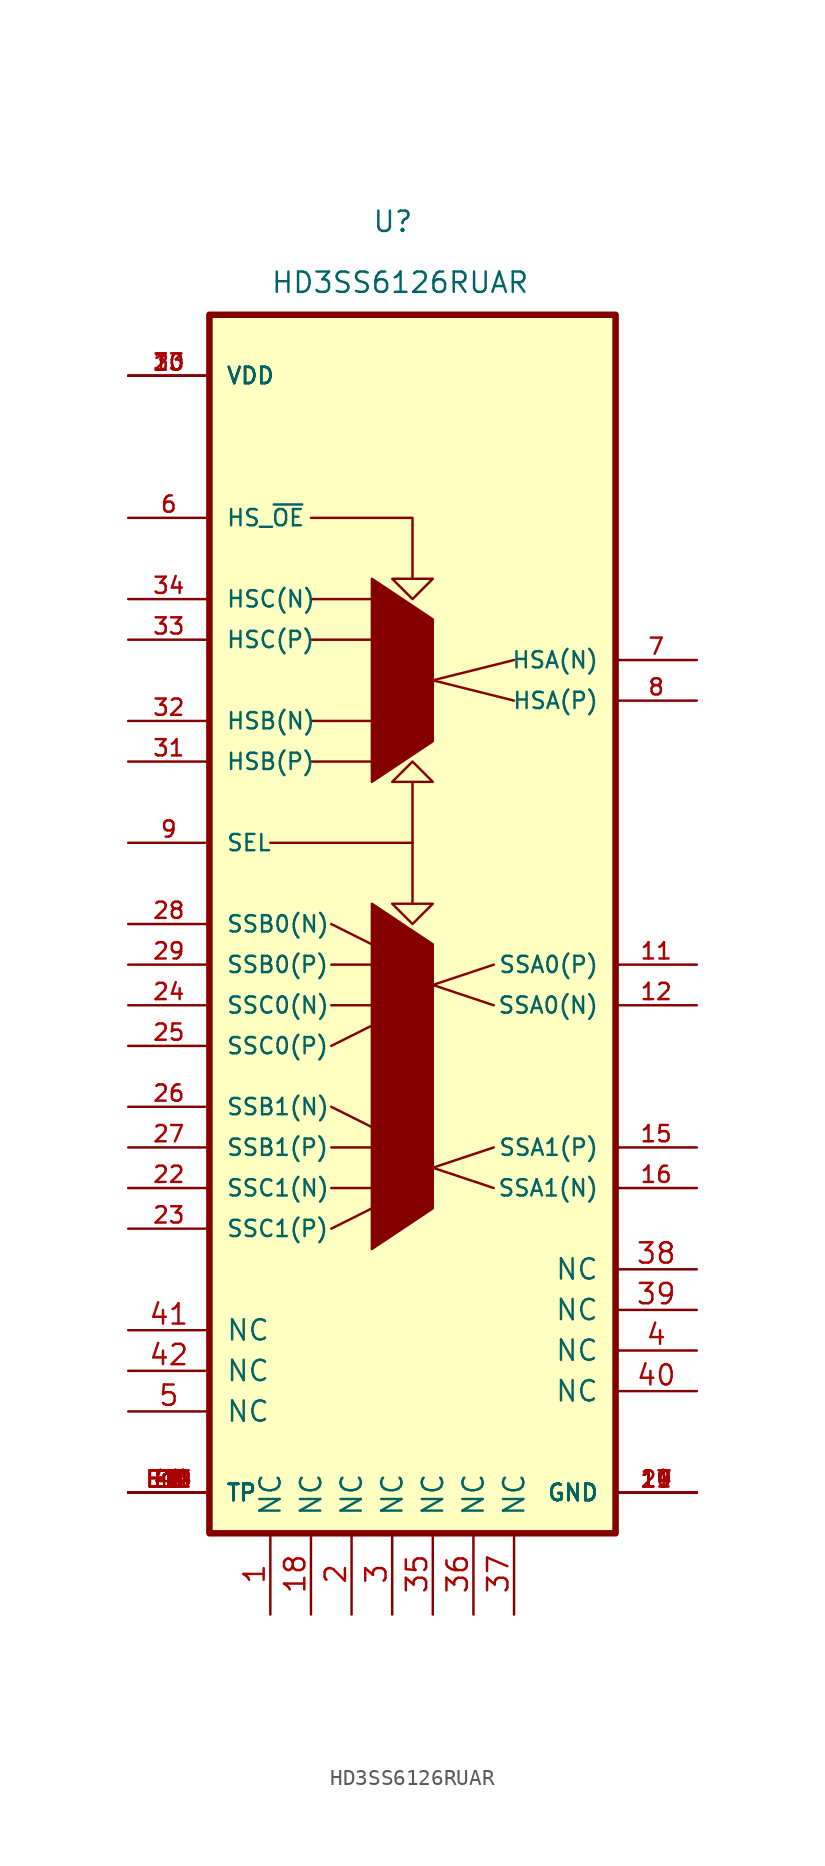
<source format=kicad_sym>
(kicad_symbol_lib
  (version 20211014)
  (generator kicad_symbol_editor)
  (symbol "HD3SS6126RUAR"
    (pin_names
      (offset 1.016))
    (property "Reference" "U"
      (at -2.54 43.18 0)
      (effects (font (size 1.27 1.27)) (justify left bottom)))
    (property "Value" "HD3SS6126RUAR"
      (at -8.89 39.37 0)
      (effects (font (size 1.27 1.27)) (justify left bottom)))
    (property "ki_locked" ""
      (at 0 0 0)
      (effects (font (size 1.27 1.27))))
    (symbol "HD3SS6126RUAR_0_0"
      (rectangle (start -12.7 -38.1) (end 12.7 38.1) (stroke (width 0.406) (type default) (color 0 0 0 0)) (fill (type background)))
      (pin power_in line (at 17.78 -35.56 180) (length 5.08) (name "GND" (effects (font (size 1.016 1.016)))) (number "10" (effects (font (size 1.016 1.016)))))
      (pin bidirectional line (at 17.78 -2.54 180) (length 5.08) (name "SSA0(P)" (effects (font (size 1.016 1.016)))) (number "11" (effects (font (size 1.016 1.016)))))
      (pin bidirectional line (at 17.78 -5.08 180) (length 5.08) (name "SSA0(N)" (effects (font (size 1.016 1.016)))) (number "12" (effects (font (size 1.016 1.016)))))
      (pin power_in line (at -17.78 34.29 0) (length 5.08) (name "VDD" (effects (font (size 1.016 1.016)))) (number "13" (effects (font (size 1.016 1.016)))))
      (pin power_in line (at 17.78 -35.56 180) (length 5.08) (name "GND" (effects (font (size 1.016 1.016)))) (number "14" (effects (font (size 1.016 1.016)))))
      (pin bidirectional line (at 17.78 -13.97 180) (length 5.08) (name "SSA1(P)" (effects (font (size 1.016 1.016)))) (number "15" (effects (font (size 1.016 1.016)))))
      (pin bidirectional line (at 17.78 -16.51 180) (length 5.08) (name "SSA1(N)" (effects (font (size 1.016 1.016)))) (number "16" (effects (font (size 1.016 1.016)))))
      (pin power_in line (at 17.78 -35.56 180) (length 5.08) (name "GND" (effects (font (size 1.016 1.016)))) (number "17" (effects (font (size 1.016 1.016)))))
      (pin power_in line (at 17.78 -35.56 180) (length 5.08) (name "GND" (effects (font (size 1.016 1.016)))) (number "19" (effects (font (size 1.016 1.016)))))
      (pin power_in line (at -17.78 34.29 0) (length 5.08) (name "VDD" (effects (font (size 1.016 1.016)))) (number "20" (effects (font (size 1.016 1.016)))))
      (pin power_in line (at 17.78 -35.56 180) (length 5.08) (name "GND" (effects (font (size 1.016 1.016)))) (number "21" (effects (font (size 1.016 1.016)))))
      (pin bidirectional line (at -17.78 -16.51 0) (length 5.08) (name "SSC1(N)" (effects (font (size 1.016 1.016)))) (number "22" (effects (font (size 1.016 1.016)))))
      (pin bidirectional line (at -17.78 -19.05 0) (length 5.08) (name "SSC1(P)" (effects (font (size 1.016 1.016)))) (number "23" (effects (font (size 1.016 1.016)))))
      (pin bidirectional line (at -17.78 -5.08 0) (length 5.08) (name "SSC0(N)" (effects (font (size 1.016 1.016)))) (number "24" (effects (font (size 1.016 1.016)))))
      (pin bidirectional line (at -17.78 -7.62 0) (length 5.08) (name "SSC0(P)" (effects (font (size 1.016 1.016)))) (number "25" (effects (font (size 1.016 1.016)))))
      (pin bidirectional line (at -17.78 -11.43 0) (length 5.08) (name "SSB1(N)" (effects (font (size 1.016 1.016)))) (number "26" (effects (font (size 1.016 1.016)))))
      (pin bidirectional line (at -17.78 -13.97 0) (length 5.08) (name "SSB1(P)" (effects (font (size 1.016 1.016)))) (number "27" (effects (font (size 1.016 1.016)))))
      (pin bidirectional line (at -17.78 0 0) (length 5.08) (name "SSB0(N)" (effects (font (size 1.016 1.016)))) (number "28" (effects (font (size 1.016 1.016)))))
      (pin bidirectional line (at -17.78 -2.54 0) (length 5.08) (name "SSB0(P)" (effects (font (size 1.016 1.016)))) (number "29" (effects (font (size 1.016 1.016)))))
      (pin power_in line (at -17.78 34.29 0) (length 5.08) (name "VDD" (effects (font (size 1.016 1.016)))) (number "30" (effects (font (size 1.016 1.016)))))
      (pin bidirectional line (at -17.78 10.16 0) (length 5.08) (name "HSB(P)" (effects (font (size 1.016 1.016)))) (number "31" (effects (font (size 1.016 1.016)))))
      (pin bidirectional line (at -17.78 12.7 0) (length 5.08) (name "HSB(N)" (effects (font (size 1.016 1.016)))) (number "32" (effects (font (size 1.016 1.016)))))
      (pin bidirectional line (at -17.78 17.78 0) (length 5.08) (name "HSC(P)" (effects (font (size 1.016 1.016)))) (number "33" (effects (font (size 1.016 1.016)))))
      (pin bidirectional line (at -17.78 20.32 0) (length 5.08) (name "HSC(N)" (effects (font (size 1.016 1.016)))) (number "34" (effects (font (size 1.016 1.016)))))
      (pin bidirectional line (at -17.78 -35.56 0) (length 5.08) (name "TP" (effects (font (size 1.016 1.016)))) (number "43" (effects (font (size 1.016 1.016)))))
      (pin input line (at -17.78 25.4 0) (length 5.08) (name "HS_~{OE}" (effects (font (size 1.016 1.016)))) (number "6" (effects (font (size 1.016 1.016)))))
      (pin bidirectional line (at 17.78 16.51 180) (length 5.08) (name "HSA(N)" (effects (font (size 1.016 1.016)))) (number "7" (effects (font (size 1.016 1.016)))))
      (pin bidirectional line (at 17.78 13.97 180) (length 5.08) (name "HSA(P)" (effects (font (size 1.016 1.016)))) (number "8" (effects (font (size 1.016 1.016)))))
      (pin input line (at -17.78 5.08 0) (length 5.08) (name "SEL" (effects (font (size 1.016 1.016)))) (number "9" (effects (font (size 1.016 1.016)))))
      (pin bidirectional line (at -17.78 -35.56 0) (length 5.08) (name "TP" (effects (font (size 1.016 1.016)))) (number "E1" (effects (font (size 1.016 1.016)))))
      (pin bidirectional line (at -17.78 -35.56 0) (length 5.08) (name "TP" (effects (font (size 1.016 1.016)))) (number "E10" (effects (font (size 1.016 1.016)))))
      (pin bidirectional line (at -17.78 -35.56 0) (length 5.08) (name "TP" (effects (font (size 1.016 1.016)))) (number "E11" (effects (font (size 1.016 1.016)))))
      (pin bidirectional line (at -17.78 -35.56 0) (length 5.08) (name "TP" (effects (font (size 1.016 1.016)))) (number "E12" (effects (font (size 1.016 1.016)))))
      (pin bidirectional line (at -17.78 -35.56 0) (length 5.08) (name "TP" (effects (font (size 1.016 1.016)))) (number "E13" (effects (font (size 1.016 1.016)))))
      (pin bidirectional line (at -17.78 -35.56 0) (length 5.08) (name "TP" (effects (font (size 1.016 1.016)))) (number "E14" (effects (font (size 1.016 1.016)))))
      (pin bidirectional line (at -17.78 -35.56 0) (length 5.08) (name "TP" (effects (font (size 1.016 1.016)))) (number "E2" (effects (font (size 1.016 1.016)))))
      (pin bidirectional line (at -17.78 -35.56 0) (length 5.08) (name "TP" (effects (font (size 1.016 1.016)))) (number "E3" (effects (font (size 1.016 1.016)))))
      (pin bidirectional line (at -17.78 -35.56 0) (length 5.08) (name "TP" (effects (font (size 1.016 1.016)))) (number "E4" (effects (font (size 1.016 1.016)))))
      (pin bidirectional line (at -17.78 -35.56 0) (length 5.08) (name "TP" (effects (font (size 1.016 1.016)))) (number "E5" (effects (font (size 1.016 1.016)))))
      (pin bidirectional line (at -17.78 -35.56 0) (length 5.08) (name "TP" (effects (font (size 1.016 1.016)))) (number "E6" (effects (font (size 1.016 1.016)))))
      (pin bidirectional line (at -17.78 -35.56 0) (length 5.08) (name "TP" (effects (font (size 1.016 1.016)))) (number "E7" (effects (font (size 1.016 1.016)))))
      (pin bidirectional line (at -17.78 -35.56 0) (length 5.08) (name "TP" (effects (font (size 1.016 1.016)))) (number "E8" (effects (font (size 1.016 1.016)))))
      (pin bidirectional line (at -17.78 -35.56 0) (length 5.08) (name "TP" (effects (font (size 1.016 1.016)))) (number "E9" (effects (font (size 1.016 1.016))))))
    (symbol "HD3SS6126RUAR_0_1"
      (polyline (pts (xy -8.89 5.08) (xy 0 5.08)) (stroke (width 0) (type default) (color 0 0 0 0)) (fill (type none)))
      (polyline (pts (xy -6.35 10.16) (xy -2.54 10.16)) (stroke (width 0) (type default) (color 0 0 0 0)) (fill (type none)))
      (polyline (pts (xy -6.35 12.7) (xy -2.54 12.7)) (stroke (width 0) (type default) (color 0 0 0 0)) (fill (type none)))
      (polyline (pts (xy -6.35 17.78) (xy -2.54 17.78)) (stroke (width 0) (type default) (color 0 0 0 0)) (fill (type none)))
      (polyline (pts (xy -6.35 20.32) (xy -2.54 20.32)) (stroke (width 0) (type default) (color 0 0 0 0)) (fill (type none)))
      (polyline (pts (xy -5.08 -19.05) (xy -2.54 -17.78)) (stroke (width 0) (type default) (color 0 0 0 0)) (fill (type none)))
      (polyline (pts (xy -5.08 -16.51) (xy -2.54 -16.51)) (stroke (width 0) (type default) (color 0 0 0 0)) (fill (type none)))
      (polyline (pts (xy -5.08 -13.97) (xy -2.54 -13.97)) (stroke (width 0) (type default) (color 0 0 0 0)) (fill (type none)))
      (polyline (pts (xy -5.08 -11.43) (xy -2.54 -12.7)) (stroke (width 0) (type default) (color 0 0 0 0)) (fill (type none)))
      (polyline (pts (xy -5.08 -7.62) (xy -2.54 -6.35)) (stroke (width 0) (type default) (color 0 0 0 0)) (fill (type none)))
      (polyline (pts (xy -5.08 -5.08) (xy -2.54 -5.08)) (stroke (width 0) (type default) (color 0 0 0 0)) (fill (type none)))
      (polyline (pts (xy -5.08 -2.54) (xy -2.54 -2.54)) (stroke (width 0) (type default) (color 0 0 0 0)) (fill (type none)))
      (polyline (pts (xy -5.08 0) (xy -2.54 -1.27)) (stroke (width 0) (type default) (color 0 0 0 0)) (fill (type none)))
      (polyline (pts (xy 1.27 -15.24) (xy 5.08 -16.51)) (stroke (width 0) (type default) (color 0 0 0 0)) (fill (type none)))
      (polyline (pts (xy 1.27 -15.24) (xy 5.08 -13.97)) (stroke (width 0) (type default) (color 0 0 0 0)) (fill (type none)))
      (polyline (pts (xy 1.27 -3.81) (xy 5.08 -5.08)) (stroke (width 0) (type default) (color 0 0 0 0)) (fill (type none)))
      (polyline (pts (xy 1.27 -3.81) (xy 5.08 -2.54)) (stroke (width 0) (type default) (color 0 0 0 0)) (fill (type none)))
      (polyline (pts (xy 1.27 15.24) (xy 6.35 13.97)) (stroke (width 0) (type default) (color 0 0 0 0)) (fill (type none)))
      (polyline (pts (xy 1.27 15.24) (xy 6.35 16.51)) (stroke (width 0) (type default) (color 0 0 0 0)) (fill (type none)))
      (polyline (pts (xy -2.54 1.27) (xy -2.54 -20.32) (xy 1.27 -17.78) (xy 1.27 -1.27) (xy -2.54 1.27)) (stroke (width 0) (type default) (color 0 0 0 0)) (fill (type outline)))
      (polyline (pts (xy -2.54 8.89) (xy -2.54 21.59) (xy 1.27 19.05) (xy 1.27 11.43) (xy -2.54 8.89)) (stroke (width 0) (type default) (color 0 0 0 0)) (fill (type outline)))
      (polyline (pts (xy 0 5.08) (xy 0 1.27) (xy -1.27 1.27) (xy 0 0) (xy 1.27 1.27) (xy 0 1.27)) (stroke (width 0) (type default) (color 0 0 0 0)) (fill (type none)))
      (polyline (pts (xy 0 5.08) (xy 0 8.89) (xy -1.27 8.89) (xy 0 10.16) (xy 1.27 8.89) (xy 0 8.89)) (stroke (width 0) (type default) (color 0 0 0 0)) (fill (type none)))
      (polyline (pts (xy -6.35 25.4) (xy 0 25.4) (xy 0 21.59) (xy 1.27 21.59) (xy 0 20.32) (xy -1.27 21.59) (xy 0 21.59)) (stroke (width 0) (type default) (color 0 0 0 0)) (fill (type background))))
    (symbol "HD3SS6126RUAR_1_1"
      (pin unspecified line (at -8.89 -43.18 90) (length 5.08) (name "NC" (effects (font (size 1.27 1.27)))) (number "1" (effects (font (size 1.27 1.27)))))
      (pin unspecified line (at -6.35 -43.18 90) (length 5.08) (name "NC" (effects (font (size 1.27 1.27)))) (number "18" (effects (font (size 1.27 1.27)))))
      (pin unspecified line (at -3.81 -43.18 90) (length 5.08) (name "NC" (effects (font (size 1.27 1.27)))) (number "2" (effects (font (size 1.27 1.27)))))
      (pin unspecified line (at -1.27 -43.18 90) (length 5.08) (name "NC" (effects (font (size 1.27 1.27)))) (number "3" (effects (font (size 1.27 1.27)))))
      (pin unspecified line (at 1.27 -43.18 90) (length 5.08) (name "NC" (effects (font (size 1.27 1.27)))) (number "35" (effects (font (size 1.27 1.27)))))
      (pin unspecified line (at 3.81 -43.18 90) (length 5.08) (name "NC" (effects (font (size 1.27 1.27)))) (number "36" (effects (font (size 1.27 1.27)))))
      (pin unspecified line (at 6.35 -43.18 90) (length 5.08) (name "NC" (effects (font (size 1.27 1.27)))) (number "37" (effects (font (size 1.27 1.27)))))
      (pin unspecified line (at 17.78 -21.59 180) (length 5.08) (name "NC" (effects (font (size 1.27 1.27)))) (number "38" (effects (font (size 1.27 1.27)))))
      (pin unspecified line (at 17.78 -24.13 180) (length 5.08) (name "NC" (effects (font (size 1.27 1.27)))) (number "39" (effects (font (size 1.27 1.27)))))
      (pin unspecified line (at 17.78 -26.67 180) (length 5.08) (name "NC" (effects (font (size 1.27 1.27)))) (number "4" (effects (font (size 1.27 1.27)))))
      (pin unspecified line (at 17.78 -29.21 180) (length 5.08) (name "NC" (effects (font (size 1.27 1.27)))) (number "40" (effects (font (size 1.27 1.27)))))
      (pin unspecified line (at -17.78 -25.4 0) (length 5.08) (name "NC" (effects (font (size 1.27 1.27)))) (number "41" (effects (font (size 1.27 1.27)))))
      (pin unspecified line (at -17.78 -27.94 0) (length 5.08) (name "NC" (effects (font (size 1.27 1.27)))) (number "42" (effects (font (size 1.27 1.27)))))
      (pin unspecified line (at -17.78 -30.48 0) (length 5.08) (name "NC" (effects (font (size 1.27 1.27)))) (number "5" (effects (font (size 1.27 1.27))))))))
</source>
